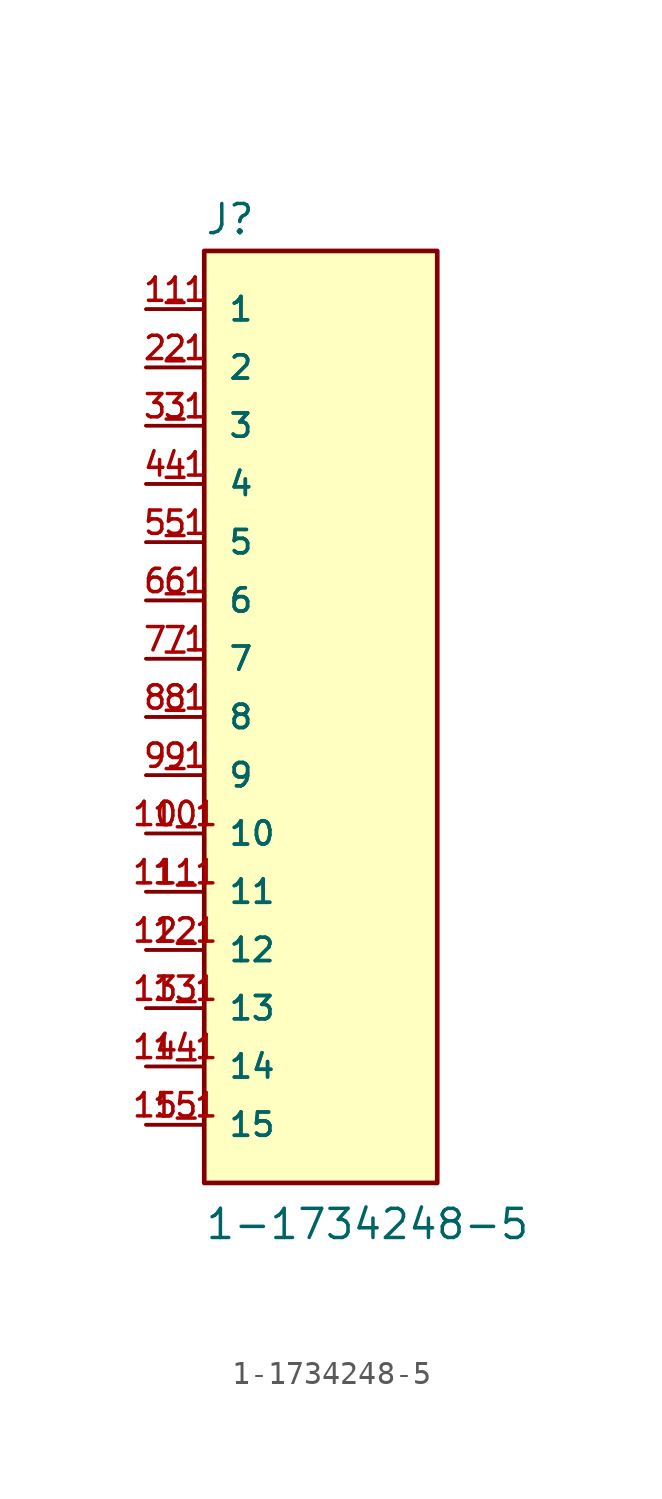
<source format=kicad_sym>
(kicad_symbol_lib
  (version 20211014)
  (generator kicad_symbol_editor)
  (symbol "1-1734248-5"
    (pin_names
      (offset 1.016))
    (property "Reference" "J"
      (at -5.08 20.955 0)
      (effects (font (size 1.27 1.27)) (justify bottom left)))
    (property "Value" "1-1734248-5"
      (at -5.08 -22.86 0)
      (effects (font (size 1.27 1.27)) (justify bottom left)))
    (symbol "1-1734248-5_0_0"
      (rectangle (start -5.08 -20.32) (end 5.08 20.32) (stroke (width 0.203)) (fill (type background)))
      (pin passive line (at -7.62 17.78 0) (length 2.54) (name "1" (effects (font (size 1.016 1.016)))) (number "1" (effects (font (size 1.016 1.016)))))
      (pin passive line (at -7.62 17.78 0) (length 2.54) (name "1" (effects (font (size 1.016 1.016)))) (number "1_1" (effects (font (size 1.016 1.016)))))
      (pin passive line (at -7.62 15.24 0) (length 2.54) (name "2" (effects (font (size 1.016 1.016)))) (number "2" (effects (font (size 1.016 1.016)))))
      (pin passive line (at -7.62 15.24 0) (length 2.54) (name "2" (effects (font (size 1.016 1.016)))) (number "2_1" (effects (font (size 1.016 1.016)))))
      (pin passive line (at -7.62 12.7 0) (length 2.54) (name "3" (effects (font (size 1.016 1.016)))) (number "3" (effects (font (size 1.016 1.016)))))
      (pin passive line (at -7.62 12.7 0) (length 2.54) (name "3" (effects (font (size 1.016 1.016)))) (number "3_1" (effects (font (size 1.016 1.016)))))
      (pin passive line (at -7.62 10.16 0) (length 2.54) (name "4" (effects (font (size 1.016 1.016)))) (number "4" (effects (font (size 1.016 1.016)))))
      (pin passive line (at -7.62 10.16 0) (length 2.54) (name "4" (effects (font (size 1.016 1.016)))) (number "4_1" (effects (font (size 1.016 1.016)))))
      (pin passive line (at -7.62 7.62 0) (length 2.54) (name "5" (effects (font (size 1.016 1.016)))) (number "5" (effects (font (size 1.016 1.016)))))
      (pin passive line (at -7.62 7.62 0) (length 2.54) (name "5" (effects (font (size 1.016 1.016)))) (number "5_1" (effects (font (size 1.016 1.016)))))
      (pin passive line (at -7.62 5.08 0) (length 2.54) (name "6" (effects (font (size 1.016 1.016)))) (number "6" (effects (font (size 1.016 1.016)))))
      (pin passive line (at -7.62 5.08 0) (length 2.54) (name "6" (effects (font (size 1.016 1.016)))) (number "6_1" (effects (font (size 1.016 1.016)))))
      (pin passive line (at -7.62 2.54 0) (length 2.54) (name "7" (effects (font (size 1.016 1.016)))) (number "7" (effects (font (size 1.016 1.016)))))
      (pin passive line (at -7.62 2.54 0) (length 2.54) (name "7" (effects (font (size 1.016 1.016)))) (number "7_1" (effects (font (size 1.016 1.016)))))
      (pin passive line (at -7.62 0.0 0) (length 2.54) (name "8" (effects (font (size 1.016 1.016)))) (number "8" (effects (font (size 1.016 1.016)))))
      (pin passive line (at -7.62 0.0 0) (length 2.54) (name "8" (effects (font (size 1.016 1.016)))) (number "8_1" (effects (font (size 1.016 1.016)))))
      (pin passive line (at -7.62 -2.54 0) (length 2.54) (name "9" (effects (font (size 1.016 1.016)))) (number "9" (effects (font (size 1.016 1.016)))))
      (pin passive line (at -7.62 -2.54 0) (length 2.54) (name "9" (effects (font (size 1.016 1.016)))) (number "9_1" (effects (font (size 1.016 1.016)))))
      (pin passive line (at -7.62 -5.08 0) (length 2.54) (name "10" (effects (font (size 1.016 1.016)))) (number "10" (effects (font (size 1.016 1.016)))))
      (pin passive line (at -7.62 -5.08 0) (length 2.54) (name "10" (effects (font (size 1.016 1.016)))) (number "10_1" (effects (font (size 1.016 1.016)))))
      (pin passive line (at -7.62 -7.62 0) (length 2.54) (name "11" (effects (font (size 1.016 1.016)))) (number "11" (effects (font (size 1.016 1.016)))))
      (pin passive line (at -7.62 -7.62 0) (length 2.54) (name "11" (effects (font (size 1.016 1.016)))) (number "11_1" (effects (font (size 1.016 1.016)))))
      (pin passive line (at -7.62 -10.16 0) (length 2.54) (name "12" (effects (font (size 1.016 1.016)))) (number "12" (effects (font (size 1.016 1.016)))))
      (pin passive line (at -7.62 -10.16 0) (length 2.54) (name "12" (effects (font (size 1.016 1.016)))) (number "12_1" (effects (font (size 1.016 1.016)))))
      (pin passive line (at -7.62 -12.7 0) (length 2.54) (name "13" (effects (font (size 1.016 1.016)))) (number "13" (effects (font (size 1.016 1.016)))))
      (pin passive line (at -7.62 -12.7 0) (length 2.54) (name "13" (effects (font (size 1.016 1.016)))) (number "13_1" (effects (font (size 1.016 1.016)))))
      (pin passive line (at -7.62 -15.24 0) (length 2.54) (name "14" (effects (font (size 1.016 1.016)))) (number "14" (effects (font (size 1.016 1.016)))))
      (pin passive line (at -7.62 -15.24 0) (length 2.54) (name "14" (effects (font (size 1.016 1.016)))) (number "14_1" (effects (font (size 1.016 1.016)))))
      (pin passive line (at -7.62 -17.78 0) (length 2.54) (name "15" (effects (font (size 1.016 1.016)))) (number "15" (effects (font (size 1.016 1.016)))))
      (pin passive line (at -7.62 -17.78 0) (length 2.54) (name "15" (effects (font (size 1.016 1.016)))) (number "15_1" (effects (font (size 1.016 1.016))))))))
</source>
